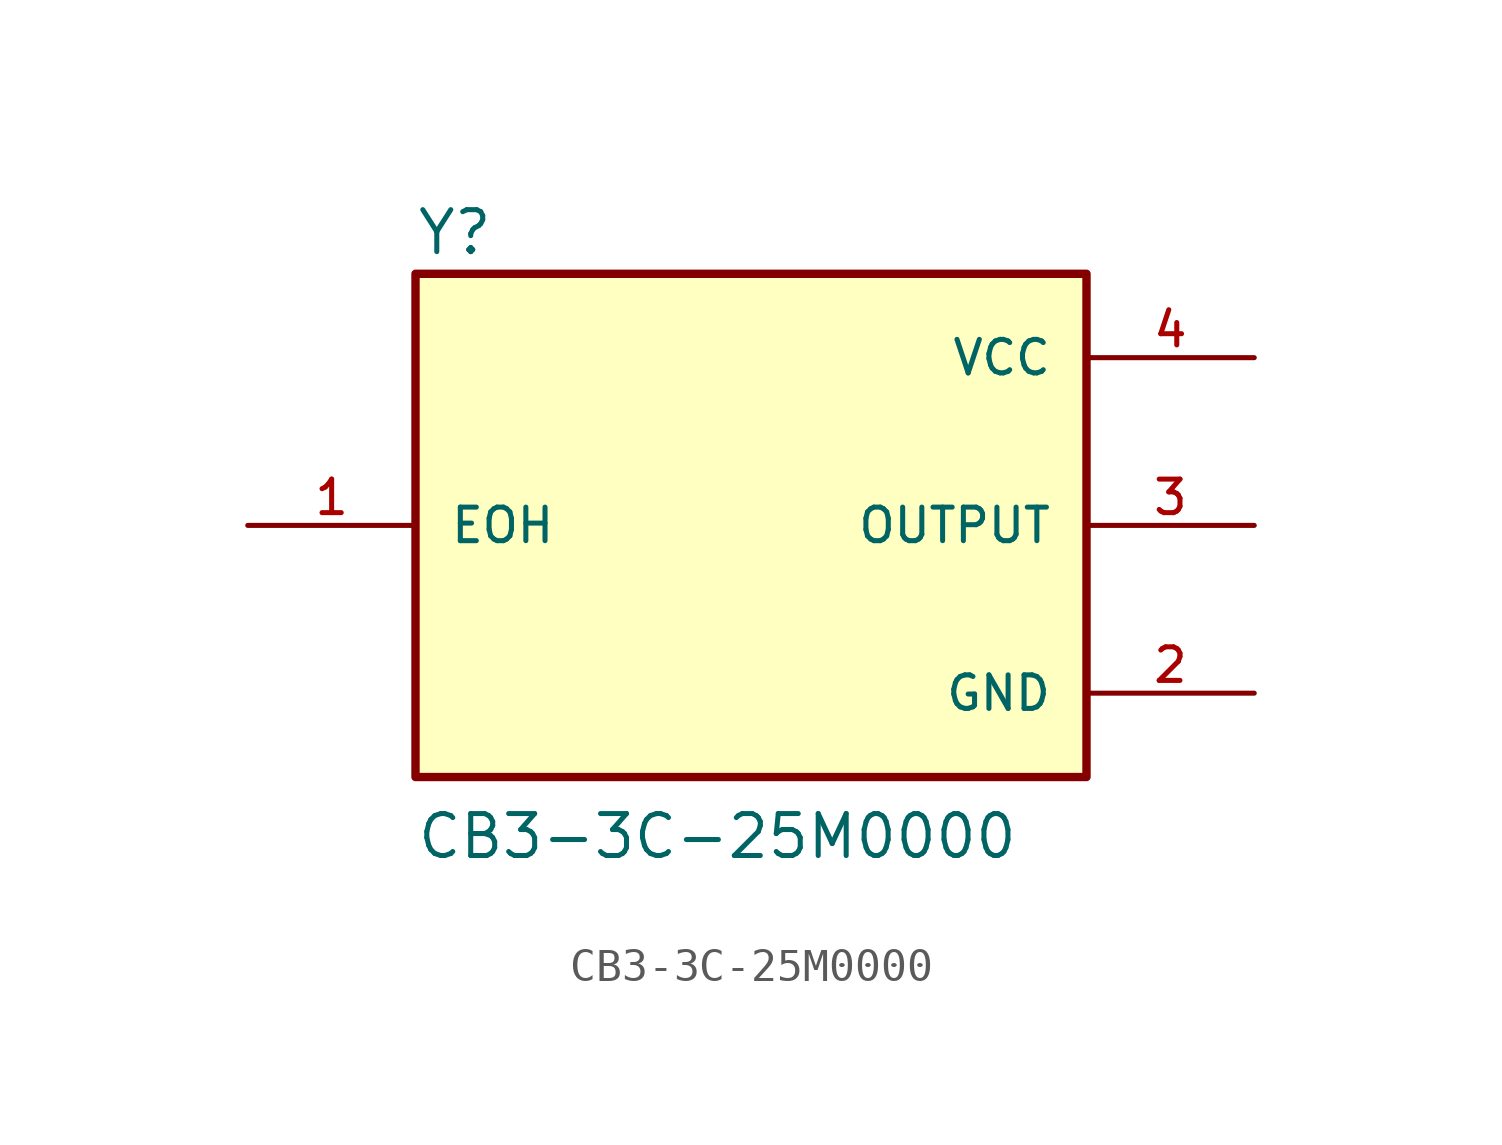
<source format=kicad_sym>
(kicad_symbol_lib
  (version 20241209)
  (generator "kicad_symbol_editor")
  (generator_version "9.0")
  (symbol "CB3-3C-25M0000"
    (pin_names
      (offset 1.016))
    (property "Reference" "Y"
      (at -10.16 8.128 0)
      (effects (font (size 1.27 1.27)) (justify left bottom)))
    (property "Value" "CB3-3C-25M0000"
      (at -10.16 -10.16 0)
      (effects (font (size 1.27 1.27)) (justify left bottom)))
    (symbol "CB3-3C-25M0000_0_0"
      (rectangle (start -10.16 -7.62) (end 10.16 7.62) (stroke (width 0.254) (type default)) (fill (type background)))
      (pin input line (at -15.24 0 0) (length 5.08) (name "EOH" (effects (font (size 1.016 1.016)))) (number "1" (effects (font (size 1.016 1.016)))))
      (pin power_in line (at 15.24 5.08 180) (length 5.08) (name "VCC" (effects (font (size 1.016 1.016)))) (number "4" (effects (font (size 1.016 1.016)))))
      (pin output line (at 15.24 0 180) (length 5.08) (name "OUTPUT" (effects (font (size 1.016 1.016)))) (number "3" (effects (font (size 1.016 1.016)))))
      (pin power_in line (at 15.24 -5.08 180) (length 5.08) (name "GND" (effects (font (size 1.016 1.016)))) (number "2" (effects (font (size 1.016 1.016))))))))
</source>
